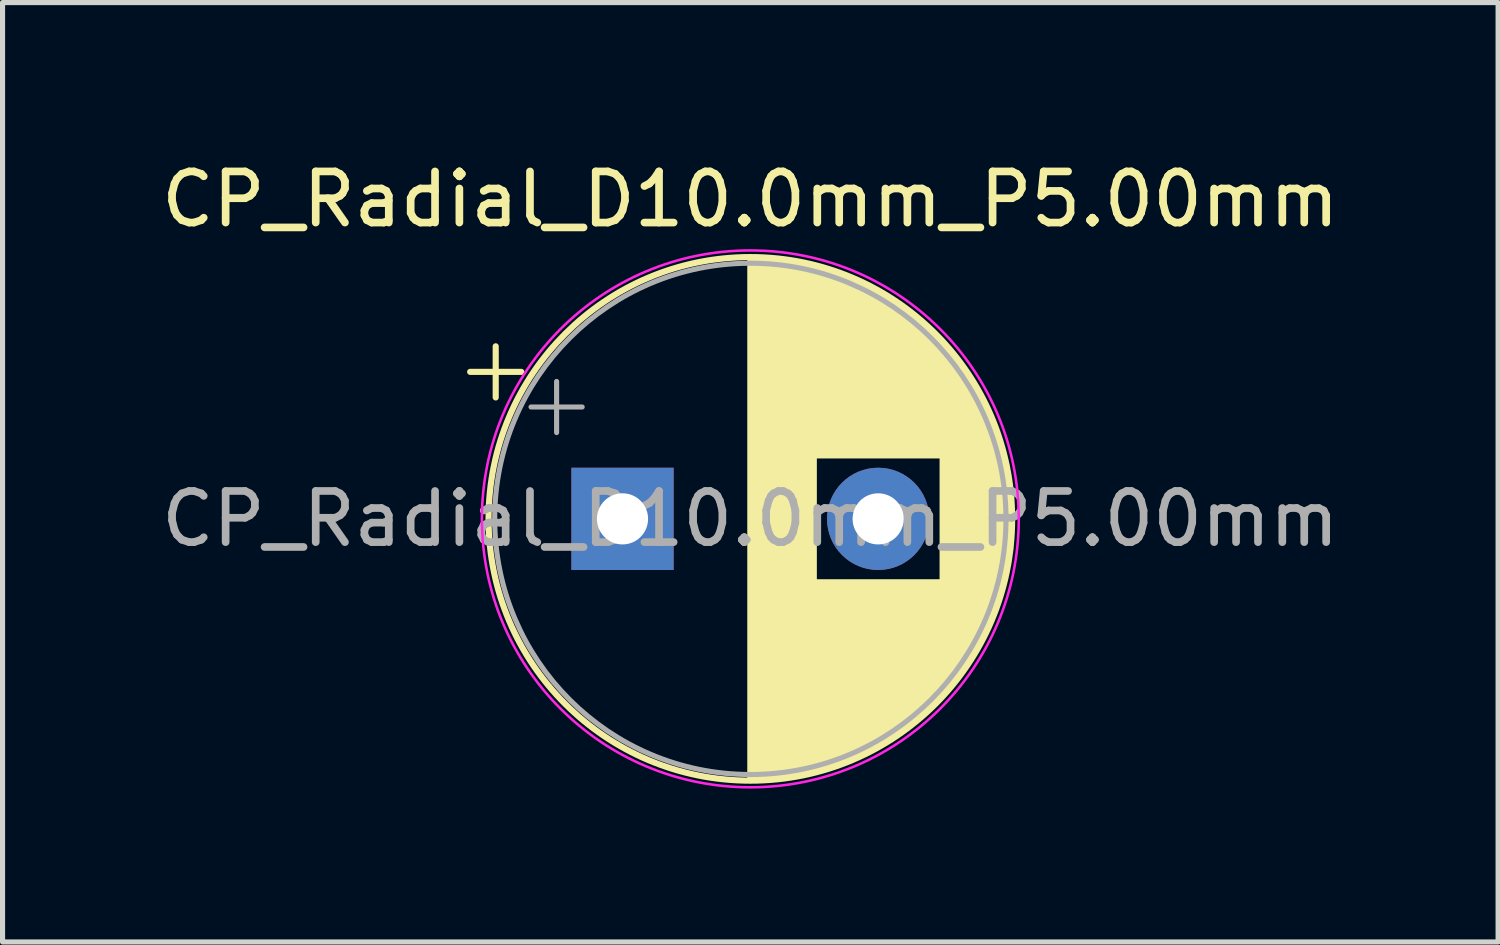
<source format=kicad_pcb>
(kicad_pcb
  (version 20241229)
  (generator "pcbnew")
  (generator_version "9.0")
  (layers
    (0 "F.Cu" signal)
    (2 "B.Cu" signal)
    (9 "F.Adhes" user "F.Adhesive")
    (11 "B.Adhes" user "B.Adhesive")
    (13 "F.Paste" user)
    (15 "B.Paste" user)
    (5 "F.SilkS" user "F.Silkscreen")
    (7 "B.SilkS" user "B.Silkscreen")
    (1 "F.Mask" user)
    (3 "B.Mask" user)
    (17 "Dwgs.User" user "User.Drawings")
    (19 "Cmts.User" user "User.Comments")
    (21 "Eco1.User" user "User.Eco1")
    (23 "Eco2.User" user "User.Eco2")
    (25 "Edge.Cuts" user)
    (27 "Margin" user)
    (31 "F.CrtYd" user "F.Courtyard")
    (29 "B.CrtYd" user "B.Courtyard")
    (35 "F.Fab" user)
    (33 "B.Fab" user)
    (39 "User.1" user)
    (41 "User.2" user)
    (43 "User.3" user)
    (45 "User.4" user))
  (footprint "CP_Radial_D10.0mm_P5.00mm"
    (layer "F.Cu")
    (at 9.125 7.098)
    (property "Reference" "CP_Radial_D10.0mm_P5.00mm" (at 2.5 -6.25 180) (layer "F.SilkS") (effects (font (size 1 1) (thickness 0.15))))
    (attr through_hole)
    (fp_line (start -2.98 -2.875) (end -1.98 -2.875) (stroke (width 0.12) (type solid)) (layer "F.SilkS"))
    (fp_line (start -2.48 -3.375) (end -2.48 -2.375) (stroke (width 0.12) (type solid)) (layer "F.SilkS"))
    (fp_line (start 2.5 -5.08) (end 2.5 5.08) (stroke (width 0.12) (type solid)) (layer "F.SilkS"))
    (fp_line (start 2.54 -5.08) (end 2.54 5.08) (stroke (width 0.12) (type solid)) (layer "F.SilkS"))
    (fp_line (start 2.58 -5.08) (end 2.58 5.08) (stroke (width 0.12) (type solid)) (layer "F.SilkS"))
    (fp_line (start 2.62 -5.079) (end 2.62 5.079) (stroke (width 0.12) (type solid)) (layer "F.SilkS"))
    (fp_line (start 2.66 -5.078) (end 2.66 5.078) (stroke (width 0.12) (type solid)) (layer "F.SilkS"))
    (fp_line (start 2.7 -5.077) (end 2.7 5.077) (stroke (width 0.12) (type solid)) (layer "F.SilkS"))
    (fp_line (start 2.74 -5.075) (end 2.74 5.075) (stroke (width 0.12) (type solid)) (layer "F.SilkS"))
    (fp_line (start 2.78 -5.073) (end 2.78 5.073) (stroke (width 0.12) (type solid)) (layer "F.SilkS"))
    (fp_line (start 2.82 -5.07) (end 2.82 5.07) (stroke (width 0.12) (type solid)) (layer "F.SilkS"))
    (fp_line (start 2.86 -5.068) (end 2.86 5.068) (stroke (width 0.12) (type solid)) (layer "F.SilkS"))
    (fp_line (start 2.9 -5.065) (end 2.9 5.065) (stroke (width 0.12) (type solid)) (layer "F.SilkS"))
    (fp_line (start 2.94 -5.062) (end 2.94 5.062) (stroke (width 0.12) (type solid)) (layer "F.SilkS"))
    (fp_line (start 2.98 -5.058) (end 2.98 5.058) (stroke (width 0.12) (type solid)) (layer "F.SilkS"))
    (fp_line (start 3.02 -5.054) (end 3.02 5.054) (stroke (width 0.12) (type solid)) (layer "F.SilkS"))
    (fp_line (start 3.06 -5.05) (end 3.06 5.05) (stroke (width 0.12) (type solid)) (layer "F.SilkS"))
    (fp_line (start 3.1 -5.045) (end 3.1 5.045) (stroke (width 0.12) (type solid)) (layer "F.SilkS"))
    (fp_line (start 3.14 -5.04) (end 3.14 5.04) (stroke (width 0.12) (type solid)) (layer "F.SilkS"))
    (fp_line (start 3.18 -5.035) (end 3.18 5.035) (stroke (width 0.12) (type solid)) (layer "F.SilkS"))
    (fp_line (start 3.221 -5.03) (end 3.221 5.03) (stroke (width 0.12) (type solid)) (layer "F.SilkS"))
    (fp_line (start 3.261 -5.024) (end 3.261 5.024) (stroke (width 0.12) (type solid)) (layer "F.SilkS"))
    (fp_line (start 3.301 -5.018) (end 3.301 5.018) (stroke (width 0.12) (type solid)) (layer "F.SilkS"))
    (fp_line (start 3.341 -5.011) (end 3.341 5.011) (stroke (width 0.12) (type solid)) (layer "F.SilkS"))
    (fp_line (start 3.381 -5.004) (end 3.381 5.004) (stroke (width 0.12) (type solid)) (layer "F.SilkS"))
    (fp_line (start 3.421 -4.997) (end 3.421 4.997) (stroke (width 0.12) (type solid)) (layer "F.SilkS"))
    (fp_line (start 3.461 -4.99) (end 3.461 4.99) (stroke (width 0.12) (type solid)) (layer "F.SilkS"))
    (fp_line (start 3.501 -4.982) (end 3.501 4.982) (stroke (width 0.12) (type solid)) (layer "F.SilkS"))
    (fp_line (start 3.541 -4.974) (end 3.541 4.974) (stroke (width 0.12) (type solid)) (layer "F.SilkS"))
    (fp_line (start 3.581 -4.965) (end 3.581 4.965) (stroke (width 0.12) (type solid)) (layer "F.SilkS"))
    (fp_line (start 3.621 -4.956) (end 3.621 4.956) (stroke (width 0.12) (type solid)) (layer "F.SilkS"))
    (fp_line (start 3.661 -4.947) (end 3.661 4.947) (stroke (width 0.12) (type solid)) (layer "F.SilkS"))
    (fp_line (start 3.701 -4.938) (end 3.701 4.938) (stroke (width 0.12) (type solid)) (layer "F.SilkS"))
    (fp_line (start 3.741 -4.928) (end 3.741 4.928) (stroke (width 0.12) (type solid)) (layer "F.SilkS"))
    (fp_line (start 3.781 -4.918) (end 3.781 -1.241) (stroke (width 0.12) (type solid)) (layer "F.SilkS"))
    (fp_line (start 3.781 1.241) (end 3.781 4.918) (stroke (width 0.12) (type solid)) (layer "F.SilkS"))
    (fp_line (start 3.821 -4.907) (end 3.821 -1.241) (stroke (width 0.12) (type solid)) (layer "F.SilkS"))
    (fp_line (start 3.821 1.241) (end 3.821 4.907) (stroke (width 0.12) (type solid)) (layer "F.SilkS"))
    (fp_line (start 3.861 -4.897) (end 3.861 -1.241) (stroke (width 0.12) (type solid)) (layer "F.SilkS"))
    (fp_line (start 3.861 1.241) (end 3.861 4.897) (stroke (width 0.12) (type solid)) (layer "F.SilkS"))
    (fp_line (start 3.901 -4.885) (end 3.901 -1.241) (stroke (width 0.12) (type solid)) (layer "F.SilkS"))
    (fp_line (start 3.901 1.241) (end 3.901 4.885) (stroke (width 0.12) (type solid)) (layer "F.SilkS"))
    (fp_line (start 3.941 -4.874) (end 3.941 -1.241) (stroke (width 0.12) (type solid)) (layer "F.SilkS"))
    (fp_line (start 3.941 1.241) (end 3.941 4.874) (stroke (width 0.12) (type solid)) (layer "F.SilkS"))
    (fp_line (start 3.981 -4.862) (end 3.981 -1.241) (stroke (width 0.12) (type solid)) (layer "F.SilkS"))
    (fp_line (start 3.981 1.241) (end 3.981 4.862) (stroke (width 0.12) (type solid)) (layer "F.SilkS"))
    (fp_line (start 4.021 -4.85) (end 4.021 -1.241) (stroke (width 0.12) (type solid)) (layer "F.SilkS"))
    (fp_line (start 4.021 1.241) (end 4.021 4.85) (stroke (width 0.12) (type solid)) (layer "F.SilkS"))
    (fp_line (start 4.061 -4.837) (end 4.061 -1.241) (stroke (width 0.12) (type solid)) (layer "F.SilkS"))
    (fp_line (start 4.061 1.241) (end 4.061 4.837) (stroke (width 0.12) (type solid)) (layer "F.SilkS"))
    (fp_line (start 4.101 -4.824) (end 4.101 -1.241) (stroke (width 0.12) (type solid)) (layer "F.SilkS"))
    (fp_line (start 4.101 1.241) (end 4.101 4.824) (stroke (width 0.12) (type solid)) (layer "F.SilkS"))
    (fp_line (start 4.141 -4.811) (end 4.141 -1.241) (stroke (width 0.12) (type solid)) (layer "F.SilkS"))
    (fp_line (start 4.141 1.241) (end 4.141 4.811) (stroke (width 0.12) (type solid)) (layer "F.SilkS"))
    (fp_line (start 4.181 -4.797) (end 4.181 -1.241) (stroke (width 0.12) (type solid)) (layer "F.SilkS"))
    (fp_line (start 4.181 1.241) (end 4.181 4.797) (stroke (width 0.12) (type solid)) (layer "F.SilkS"))
    (fp_line (start 4.221 -4.783) (end 4.221 -1.241) (stroke (width 0.12) (type solid)) (layer "F.SilkS"))
    (fp_line (start 4.221 1.241) (end 4.221 4.783) (stroke (width 0.12) (type solid)) (layer "F.SilkS"))
    (fp_line (start 4.261 -4.768) (end 4.261 -1.241) (stroke (width 0.12) (type solid)) (layer "F.SilkS"))
    (fp_line (start 4.261 1.241) (end 4.261 4.768) (stroke (width 0.12) (type solid)) (layer "F.SilkS"))
    (fp_line (start 4.301 -4.754) (end 4.301 -1.241) (stroke (width 0.12) (type solid)) (layer "F.SilkS"))
    (fp_line (start 4.301 1.241) (end 4.301 4.754) (stroke (width 0.12) (type solid)) (layer "F.SilkS"))
    (fp_line (start 4.341 -4.738) (end 4.341 -1.241) (stroke (width 0.12) (type solid)) (layer "F.SilkS"))
    (fp_line (start 4.341 1.241) (end 4.341 4.738) (stroke (width 0.12) (type solid)) (layer "F.SilkS"))
    (fp_line (start 4.381 -4.723) (end 4.381 -1.241) (stroke (width 0.12) (type solid)) (layer "F.SilkS"))
    (fp_line (start 4.381 1.241) (end 4.381 4.723) (stroke (width 0.12) (type solid)) (layer "F.SilkS"))
    (fp_line (start 4.421 -4.707) (end 4.421 -1.241) (stroke (width 0.12) (type solid)) (layer "F.SilkS"))
    (fp_line (start 4.421 1.241) (end 4.421 4.707) (stroke (width 0.12) (type solid)) (layer "F.SilkS"))
    (fp_line (start 4.461 -4.69) (end 4.461 -1.241) (stroke (width 0.12) (type solid)) (layer "F.SilkS"))
    (fp_line (start 4.461 1.241) (end 4.461 4.69) (stroke (width 0.12) (type solid)) (layer "F.SilkS"))
    (fp_line (start 4.501 -4.674) (end 4.501 -1.241) (stroke (width 0.12) (type solid)) (layer "F.SilkS"))
    (fp_line (start 4.501 1.241) (end 4.501 4.674) (stroke (width 0.12) (type solid)) (layer "F.SilkS"))
    (fp_line (start 4.541 -4.657) (end 4.541 -1.241) (stroke (width 0.12) (type solid)) (layer "F.SilkS"))
    (fp_line (start 4.541 1.241) (end 4.541 4.657) (stroke (width 0.12) (type solid)) (layer "F.SilkS"))
    (fp_line (start 4.581 -4.639) (end 4.581 -1.241) (stroke (width 0.12) (type solid)) (layer "F.SilkS"))
    (fp_line (start 4.581 1.241) (end 4.581 4.639) (stroke (width 0.12) (type solid)) (layer "F.SilkS"))
    (fp_line (start 4.621 -4.621) (end 4.621 -1.241) (stroke (width 0.12) (type solid)) (layer "F.SilkS"))
    (fp_line (start 4.621 1.241) (end 4.621 4.621) (stroke (width 0.12) (type solid)) (layer "F.SilkS"))
    (fp_line (start 4.661 -4.603) (end 4.661 -1.241) (stroke (width 0.12) (type solid)) (layer "F.SilkS"))
    (fp_line (start 4.661 1.241) (end 4.661 4.603) (stroke (width 0.12) (type solid)) (layer "F.SilkS"))
    (fp_line (start 4.701 -4.584) (end 4.701 -1.241) (stroke (width 0.12) (type solid)) (layer "F.SilkS"))
    (fp_line (start 4.701 1.241) (end 4.701 4.584) (stroke (width 0.12) (type solid)) (layer "F.SilkS"))
    (fp_line (start 4.741 -4.564) (end 4.741 -1.241) (stroke (width 0.12) (type solid)) (layer "F.SilkS"))
    (fp_line (start 4.741 1.241) (end 4.741 4.564) (stroke (width 0.12) (type solid)) (layer "F.SilkS"))
    (fp_line (start 4.781 -4.545) (end 4.781 -1.241) (stroke (width 0.12) (type solid)) (layer "F.SilkS"))
    (fp_line (start 4.781 1.241) (end 4.781 4.545) (stroke (width 0.12) (type solid)) (layer "F.SilkS"))
    (fp_line (start 4.821 -4.525) (end 4.821 -1.241) (stroke (width 0.12) (type solid)) (layer "F.SilkS"))
    (fp_line (start 4.821 1.241) (end 4.821 4.525) (stroke (width 0.12) (type solid)) (layer "F.SilkS"))
    (fp_line (start 4.861 -4.504) (end 4.861 -1.241) (stroke (width 0.12) (type solid)) (layer "F.SilkS"))
    (fp_line (start 4.861 1.241) (end 4.861 4.504) (stroke (width 0.12) (type solid)) (layer "F.SilkS"))
    (fp_line (start 4.901 -4.483) (end 4.901 -1.241) (stroke (width 0.12) (type solid)) (layer "F.SilkS"))
    (fp_line (start 4.901 1.241) (end 4.901 4.483) (stroke (width 0.12) (type solid)) (layer "F.SilkS"))
    (fp_line (start 4.941 -4.462) (end 4.941 -1.241) (stroke (width 0.12) (type solid)) (layer "F.SilkS"))
    (fp_line (start 4.941 1.241) (end 4.941 4.462) (stroke (width 0.12) (type solid)) (layer "F.SilkS"))
    (fp_line (start 4.981 -4.44) (end 4.981 -1.241) (stroke (width 0.12) (type solid)) (layer "F.SilkS"))
    (fp_line (start 4.981 1.241) (end 4.981 4.44) (stroke (width 0.12) (type solid)) (layer "F.SilkS"))
    (fp_line (start 5.021 -4.417) (end 5.021 -1.241) (stroke (width 0.12) (type solid)) (layer "F.SilkS"))
    (fp_line (start 5.021 1.241) (end 5.021 4.417) (stroke (width 0.12) (type solid)) (layer "F.SilkS"))
    (fp_line (start 5.061 -4.395) (end 5.061 -1.241) (stroke (width 0.12) (type solid)) (layer "F.SilkS"))
    (fp_line (start 5.061 1.241) (end 5.061 4.395) (stroke (width 0.12) (type solid)) (layer "F.SilkS"))
    (fp_line (start 5.101 -4.371) (end 5.101 -1.241) (stroke (width 0.12) (type solid)) (layer "F.SilkS"))
    (fp_line (start 5.101 1.241) (end 5.101 4.371) (stroke (width 0.12) (type solid)) (layer "F.SilkS"))
    (fp_line (start 5.141 -4.347) (end 5.141 -1.241) (stroke (width 0.12) (type solid)) (layer "F.SilkS"))
    (fp_line (start 5.141 1.241) (end 5.141 4.347) (stroke (width 0.12) (type solid)) (layer "F.SilkS"))
    (fp_line (start 5.181 -4.323) (end 5.181 -1.241) (stroke (width 0.12) (type solid)) (layer "F.SilkS"))
    (fp_line (start 5.181 1.241) (end 5.181 4.323) (stroke (width 0.12) (type solid)) (layer "F.SilkS"))
    (fp_line (start 5.221 -4.298) (end 5.221 -1.241) (stroke (width 0.12) (type solid)) (layer "F.SilkS"))
    (fp_line (start 5.221 1.241) (end 5.221 4.298) (stroke (width 0.12) (type solid)) (layer "F.SilkS"))
    (fp_line (start 5.261 -4.273) (end 5.261 -1.241) (stroke (width 0.12) (type solid)) (layer "F.SilkS"))
    (fp_line (start 5.261 1.241) (end 5.261 4.273) (stroke (width 0.12) (type solid)) (layer "F.SilkS"))
    (fp_line (start 5.301 -4.247) (end 5.301 -1.241) (stroke (width 0.12) (type solid)) (layer "F.SilkS"))
    (fp_line (start 5.301 1.241) (end 5.301 4.247) (stroke (width 0.12) (type solid)) (layer "F.SilkS"))
    (fp_line (start 5.341 -4.221) (end 5.341 -1.241) (stroke (width 0.12) (type solid)) (layer "F.SilkS"))
    (fp_line (start 5.341 1.241) (end 5.341 4.221) (stroke (width 0.12) (type solid)) (layer "F.SilkS"))
    (fp_line (start 5.381 -4.194) (end 5.381 -1.241) (stroke (width 0.12) (type solid)) (layer "F.SilkS"))
    (fp_line (start 5.381 1.241) (end 5.381 4.194) (stroke (width 0.12) (type solid)) (layer "F.SilkS"))
    (fp_line (start 5.421 -4.166) (end 5.421 -1.241) (stroke (width 0.12) (type solid)) (layer "F.SilkS"))
    (fp_line (start 5.421 1.241) (end 5.421 4.166) (stroke (width 0.12) (type solid)) (layer "F.SilkS"))
    (fp_line (start 5.461 -4.138) (end 5.461 -1.241) (stroke (width 0.12) (type solid)) (layer "F.SilkS"))
    (fp_line (start 5.461 1.241) (end 5.461 4.138) (stroke (width 0.12) (type solid)) (layer "F.SilkS"))
    (fp_line (start 5.501 -4.11) (end 5.501 -1.241) (stroke (width 0.12) (type solid)) (layer "F.SilkS"))
    (fp_line (start 5.501 1.241) (end 5.501 4.11) (stroke (width 0.12) (type solid)) (layer "F.SilkS"))
    (fp_line (start 5.541 -4.08) (end 5.541 -1.241) (stroke (width 0.12) (type solid)) (layer "F.SilkS"))
    (fp_line (start 5.541 1.241) (end 5.541 4.08) (stroke (width 0.12) (type solid)) (layer "F.SilkS"))
    (fp_line (start 5.581 -4.05) (end 5.581 -1.241) (stroke (width 0.12) (type solid)) (layer "F.SilkS"))
    (fp_line (start 5.581 1.241) (end 5.581 4.05) (stroke (width 0.12) (type solid)) (layer "F.SilkS"))
    (fp_line (start 5.621 -4.02) (end 5.621 -1.241) (stroke (width 0.12) (type solid)) (layer "F.SilkS"))
    (fp_line (start 5.621 1.241) (end 5.621 4.02) (stroke (width 0.12) (type solid)) (layer "F.SilkS"))
    (fp_line (start 5.661 -3.989) (end 5.661 -1.241) (stroke (width 0.12) (type solid)) (layer "F.SilkS"))
    (fp_line (start 5.661 1.241) (end 5.661 3.989) (stroke (width 0.12) (type solid)) (layer "F.SilkS"))
    (fp_line (start 5.701 -3.957) (end 5.701 -1.241) (stroke (width 0.12) (type solid)) (layer "F.SilkS"))
    (fp_line (start 5.701 1.241) (end 5.701 3.957) (stroke (width 0.12) (type solid)) (layer "F.SilkS"))
    (fp_line (start 5.741 -3.925) (end 5.741 -1.241) (stroke (width 0.12) (type solid)) (layer "F.SilkS"))
    (fp_line (start 5.741 1.241) (end 5.741 3.925) (stroke (width 0.12) (type solid)) (layer "F.SilkS"))
    (fp_line (start 5.781 -3.892) (end 5.781 -1.241) (stroke (width 0.12) (type solid)) (layer "F.SilkS"))
    (fp_line (start 5.781 1.241) (end 5.781 3.892) (stroke (width 0.12) (type solid)) (layer "F.SilkS"))
    (fp_line (start 5.821 -3.858) (end 5.821 -1.241) (stroke (width 0.12) (type solid)) (layer "F.SilkS"))
    (fp_line (start 5.821 1.241) (end 5.821 3.858) (stroke (width 0.12) (type solid)) (layer "F.SilkS"))
    (fp_line (start 5.861 -3.824) (end 5.861 -1.241) (stroke (width 0.12) (type solid)) (layer "F.SilkS"))
    (fp_line (start 5.861 1.241) (end 5.861 3.824) (stroke (width 0.12) (type solid)) (layer "F.SilkS"))
    (fp_line (start 5.901 -3.789) (end 5.901 -1.241) (stroke (width 0.12) (type solid)) (layer "F.SilkS"))
    (fp_line (start 5.901 1.241) (end 5.901 3.789) (stroke (width 0.12) (type solid)) (layer "F.SilkS"))
    (fp_line (start 5.941 -3.753) (end 5.941 -1.241) (stroke (width 0.12) (type solid)) (layer "F.SilkS"))
    (fp_line (start 5.941 1.241) (end 5.941 3.753) (stroke (width 0.12) (type solid)) (layer "F.SilkS"))
    (fp_line (start 5.981 -3.716) (end 5.981 -1.241) (stroke (width 0.12) (type solid)) (layer "F.SilkS"))
    (fp_line (start 5.981 1.241) (end 5.981 3.716) (stroke (width 0.12) (type solid)) (layer "F.SilkS"))
    (fp_line (start 6.021 -3.679) (end 6.021 -1.241) (stroke (width 0.12) (type solid)) (layer "F.SilkS"))
    (fp_line (start 6.021 1.241) (end 6.021 3.679) (stroke (width 0.12) (type solid)) (layer "F.SilkS"))
    (fp_line (start 6.061 -3.64) (end 6.061 -1.241) (stroke (width 0.12) (type solid)) (layer "F.SilkS"))
    (fp_line (start 6.061 1.241) (end 6.061 3.64) (stroke (width 0.12) (type solid)) (layer "F.SilkS"))
    (fp_line (start 6.101 -3.601) (end 6.101 -1.241) (stroke (width 0.12) (type solid)) (layer "F.SilkS"))
    (fp_line (start 6.101 1.241) (end 6.101 3.601) (stroke (width 0.12) (type solid)) (layer "F.SilkS"))
    (fp_line (start 6.141 -3.561) (end 6.141 -1.241) (stroke (width 0.12) (type solid)) (layer "F.SilkS"))
    (fp_line (start 6.141 1.241) (end 6.141 3.561) (stroke (width 0.12) (type solid)) (layer "F.SilkS"))
    (fp_line (start 6.181 -3.52) (end 6.181 -1.241) (stroke (width 0.12) (type solid)) (layer "F.SilkS"))
    (fp_line (start 6.181 1.241) (end 6.181 3.52) (stroke (width 0.12) (type solid)) (layer "F.SilkS"))
    (fp_line (start 6.221 -3.478) (end 6.221 -1.241) (stroke (width 0.12) (type solid)) (layer "F.SilkS"))
    (fp_line (start 6.221 1.241) (end 6.221 3.478) (stroke (width 0.12) (type solid)) (layer "F.SilkS"))
    (fp_line (start 6.261 -3.436) (end 6.261 3.436) (stroke (width 0.12) (type solid)) (layer "F.SilkS"))
    (fp_line (start 6.301 -3.392) (end 6.301 3.392) (stroke (width 0.12) (type solid)) (layer "F.SilkS"))
    (fp_line (start 6.341 -3.347) (end 6.341 3.347) (stroke (width 0.12) (type solid)) (layer "F.SilkS"))
    (fp_line (start 6.381 -3.301) (end 6.381 3.301) (stroke (width 0.12) (type solid)) (layer "F.SilkS"))
    (fp_line (start 6.421 -3.254) (end 6.421 3.254) (stroke (width 0.12) (type solid)) (layer "F.SilkS"))
    (fp_line (start 6.461 -3.206) (end 6.461 3.206) (stroke (width 0.12) (type solid)) (layer "F.SilkS"))
    (fp_line (start 6.501 -3.156) (end 6.501 3.156) (stroke (width 0.12) (type solid)) (layer "F.SilkS"))
    (fp_line (start 6.541 -3.106) (end 6.541 3.106) (stroke (width 0.12) (type solid)) (layer "F.SilkS"))
    (fp_line (start 6.581 -3.054) (end 6.581 3.054) (stroke (width 0.12) (type solid)) (layer "F.SilkS"))
    (fp_line (start 6.621 -3) (end 6.621 3) (stroke (width 0.12) (type solid)) (layer "F.SilkS"))
    (fp_line (start 6.661 -2.945) (end 6.661 2.945) (stroke (width 0.12) (type solid)) (layer "F.SilkS"))
    (fp_line (start 6.701 -2.889) (end 6.701 2.889) (stroke (width 0.12) (type solid)) (layer "F.SilkS"))
    (fp_line (start 6.741 -2.83) (end 6.741 2.83) (stroke (width 0.12) (type solid)) (layer "F.SilkS"))
    (fp_line (start 6.781 -2.77) (end 6.781 2.77) (stroke (width 0.12) (type solid)) (layer "F.SilkS"))
    (fp_line (start 6.821 -2.709) (end 6.821 2.709) (stroke (width 0.12) (type solid)) (layer "F.SilkS"))
    (fp_line (start 6.861 -2.645) (end 6.861 2.645) (stroke (width 0.12) (type solid)) (layer "F.SilkS"))
    (fp_line (start 6.901 -2.579) (end 6.901 2.579) (stroke (width 0.12) (type solid)) (layer "F.SilkS"))
    (fp_line (start 6.941 -2.51) (end 6.941 2.51) (stroke (width 0.12) (type solid)) (layer "F.SilkS"))
    (fp_line (start 6.981 -2.439) (end 6.981 2.439) (stroke (width 0.12) (type solid)) (layer "F.SilkS"))
    (fp_line (start 7.021 -2.365) (end 7.021 2.365) (stroke (width 0.12) (type solid)) (layer "F.SilkS"))
    (fp_line (start 7.061 -2.289) (end 7.061 2.289) (stroke (width 0.12) (type solid)) (layer "F.SilkS"))
    (fp_line (start 7.101 -2.209) (end 7.101 2.209) (stroke (width 0.12) (type solid)) (layer "F.SilkS"))
    (fp_line (start 7.141 -2.125) (end 7.141 2.125) (stroke (width 0.12) (type solid)) (layer "F.SilkS"))
    (fp_line (start 7.181 -2.037) (end 7.181 2.037) (stroke (width 0.12) (type solid)) (layer "F.SilkS"))
    (fp_line (start 7.221 -1.944) (end 7.221 1.944) (stroke (width 0.12) (type solid)) (layer "F.SilkS"))
    (fp_line (start 7.261 -1.846) (end 7.261 1.846) (stroke (width 0.12) (type solid)) (layer "F.SilkS"))
    (fp_line (start 7.301 -1.742) (end 7.301 1.742) (stroke (width 0.12) (type solid)) (layer "F.SilkS"))
    (fp_line (start 7.341 -1.63) (end 7.341 1.63) (stroke (width 0.12) (type solid)) (layer "F.SilkS"))
    (fp_line (start 7.381 -1.51) (end 7.381 1.51) (stroke (width 0.12) (type solid)) (layer "F.SilkS"))
    (fp_line (start 7.421 -1.378) (end 7.421 1.378) (stroke (width 0.12) (type solid)) (layer "F.SilkS"))
    (fp_line (start 7.461 -1.23) (end 7.461 1.23) (stroke (width 0.12) (type solid)) (layer "F.SilkS"))
    (fp_line (start 7.501 -1.062) (end 7.501 1.062) (stroke (width 0.12) (type solid)) (layer "F.SilkS"))
    (fp_line (start 7.541 -0.862) (end 7.541 0.862) (stroke (width 0.12) (type solid)) (layer "F.SilkS"))
    (fp_line (start 7.581 -0.599) (end 7.581 0.599) (stroke (width 0.12) (type solid)) (layer "F.SilkS"))
    (fp_circle (center 2.5 0) (end 7.62 0) (stroke (width 0.12) (type solid)) (fill no) (layer "F.SilkS"))
    (fp_circle (center 2.5 0) (end 7.75 0) (stroke (width 0.05) (type solid)) (fill no) (layer "F.CrtYd"))
    (fp_line (start -1.789 -2.188) (end -0.789 -2.188) (stroke (width 0.1) (type solid)) (layer "F.Fab"))
    (fp_line (start -1.289 -2.688) (end -1.289 -1.688) (stroke (width 0.1) (type solid)) (layer "F.Fab"))
    (fp_circle (center 2.5 0) (end 7.5 0) (stroke (width 0.1) (type solid)) (fill no) (layer "F.Fab"))
    (fp_text user "${REFERENCE}" (at 2.5 0 180) (layer "F.Fab") (effects (font (size 1 1) (thickness 0.15))))
    (pad "1" thru_hole rect (at 0 0) (size 2 2) (drill 1) (layers "*.Cu" "*.Mask"))
    (pad "2" thru_hole circle (at 5 0) (size 2 2) (drill 1) (layers "*.Cu" "*.Mask")))
  (gr_rect
    (start -3 -3)
    (end 26.25 15.373)
    (stroke (width 0.1) (type default))
    (fill no)
    (layer "Edge.Cuts")))
</source>
